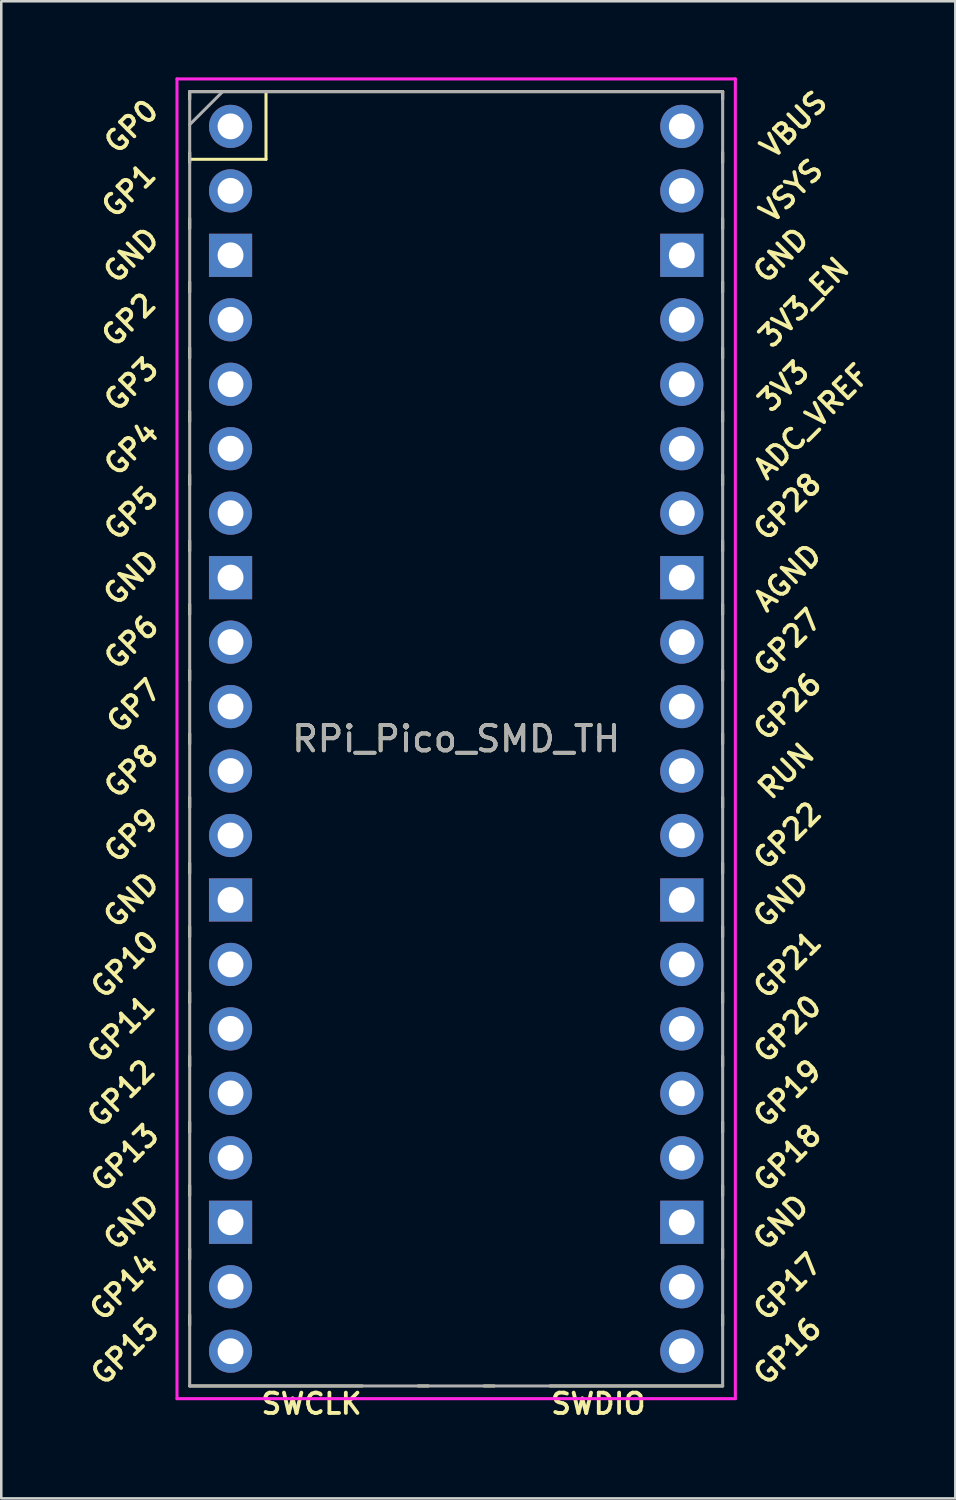
<source format=kicad_pcb>
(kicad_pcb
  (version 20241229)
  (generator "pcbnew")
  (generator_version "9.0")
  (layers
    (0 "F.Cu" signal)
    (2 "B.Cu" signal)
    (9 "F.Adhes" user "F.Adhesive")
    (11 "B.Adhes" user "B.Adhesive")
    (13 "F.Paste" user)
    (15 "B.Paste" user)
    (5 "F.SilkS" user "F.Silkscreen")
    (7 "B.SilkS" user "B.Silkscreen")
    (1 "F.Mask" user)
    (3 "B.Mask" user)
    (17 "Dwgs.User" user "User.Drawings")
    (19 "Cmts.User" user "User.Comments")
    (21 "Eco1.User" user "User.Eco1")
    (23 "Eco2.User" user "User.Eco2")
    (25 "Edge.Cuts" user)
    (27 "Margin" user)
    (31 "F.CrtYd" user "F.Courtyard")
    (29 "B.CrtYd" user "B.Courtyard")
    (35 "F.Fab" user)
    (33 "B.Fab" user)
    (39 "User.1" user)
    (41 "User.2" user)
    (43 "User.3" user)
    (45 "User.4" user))
  (footprint "RPi_Pico_SMD_TH"
    (layer "F.Cu")
    (at 14.924 26.06)
    (property "Reference" "RPi_Pico_SMD_TH" (at 0 0 0) (layer "F.SilkS") (effects (font (size 1 1) (thickness 0.15))))
    (attr through_hole)
    (fp_line (start -10.5 -25.5) (end -10.5 -25.2) (stroke (width 0.12) (type solid)) (layer "F.SilkS"))
    (fp_line (start -10.5 -25.5) (end 10.5 -25.5) (stroke (width 0.12) (type solid)) (layer "F.SilkS"))
    (fp_line (start -10.5 -23.1) (end -10.5 -22.7) (stroke (width 0.12) (type solid)) (layer "F.SilkS"))
    (fp_line (start -10.5 -22.833) (end -7.493 -22.833) (stroke (width 0.12) (type solid)) (layer "F.SilkS"))
    (fp_line (start -10.5 -20.5) (end -10.5 -20.1) (stroke (width 0.12) (type solid)) (layer "F.SilkS"))
    (fp_line (start -10.5 -18) (end -10.5 -17.6) (stroke (width 0.12) (type solid)) (layer "F.SilkS"))
    (fp_line (start -10.5 -15.4) (end -10.5 -15) (stroke (width 0.12) (type solid)) (layer "F.SilkS"))
    (fp_line (start -10.5 -12.9) (end -10.5 -12.5) (stroke (width 0.12) (type solid)) (layer "F.SilkS"))
    (fp_line (start -10.5 -10.4) (end -10.5 -10) (stroke (width 0.12) (type solid)) (layer "F.SilkS"))
    (fp_line (start -10.5 -7.8) (end -10.5 -7.4) (stroke (width 0.12) (type solid)) (layer "F.SilkS"))
    (fp_line (start -10.5 -5.3) (end -10.5 -4.9) (stroke (width 0.12) (type solid)) (layer "F.SilkS"))
    (fp_line (start -10.5 -2.7) (end -10.5 -2.3) (stroke (width 0.12) (type solid)) (layer "F.SilkS"))
    (fp_line (start -10.5 -0.2) (end -10.5 0.2) (stroke (width 0.12) (type solid)) (layer "F.SilkS"))
    (fp_line (start -10.5 2.3) (end -10.5 2.7) (stroke (width 0.12) (type solid)) (layer "F.SilkS"))
    (fp_line (start -10.5 4.9) (end -10.5 5.3) (stroke (width 0.12) (type solid)) (layer "F.SilkS"))
    (fp_line (start -10.5 7.4) (end -10.5 7.8) (stroke (width 0.12) (type solid)) (layer "F.SilkS"))
    (fp_line (start -10.5 10) (end -10.5 10.4) (stroke (width 0.12) (type solid)) (layer "F.SilkS"))
    (fp_line (start -10.5 12.5) (end -10.5 12.9) (stroke (width 0.12) (type solid)) (layer "F.SilkS"))
    (fp_line (start -10.5 15.1) (end -10.5 15.5) (stroke (width 0.12) (type solid)) (layer "F.SilkS"))
    (fp_line (start -10.5 17.6) (end -10.5 18) (stroke (width 0.12) (type solid)) (layer "F.SilkS"))
    (fp_line (start -10.5 20.1) (end -10.5 20.5) (stroke (width 0.12) (type solid)) (layer "F.SilkS"))
    (fp_line (start -10.5 22.7) (end -10.5 23.1) (stroke (width 0.12) (type solid)) (layer "F.SilkS"))
    (fp_line (start -7.493 -22.833) (end -7.493 -25.5) (stroke (width 0.12) (type solid)) (layer "F.SilkS"))
    (fp_line (start -3.7 25.5) (end -10.5 25.5) (stroke (width 0.12) (type solid)) (layer "F.SilkS"))
    (fp_line (start -1.5 25.5) (end -1.1 25.5) (stroke (width 0.12) (type solid)) (layer "F.SilkS"))
    (fp_line (start 1.1 25.5) (end 1.5 25.5) (stroke (width 0.12) (type solid)) (layer "F.SilkS"))
    (fp_line (start 10.5 -25.5) (end 10.5 -25.2) (stroke (width 0.12) (type solid)) (layer "F.SilkS"))
    (fp_line (start 10.5 -23.1) (end 10.5 -22.7) (stroke (width 0.12) (type solid)) (layer "F.SilkS"))
    (fp_line (start 10.5 -20.5) (end 10.5 -20.1) (stroke (width 0.12) (type solid)) (layer "F.SilkS"))
    (fp_line (start 10.5 -18) (end 10.5 -17.6) (stroke (width 0.12) (type solid)) (layer "F.SilkS"))
    (fp_line (start 10.5 -15.4) (end 10.5 -15) (stroke (width 0.12) (type solid)) (layer "F.SilkS"))
    (fp_line (start 10.5 -12.9) (end 10.5 -12.5) (stroke (width 0.12) (type solid)) (layer "F.SilkS"))
    (fp_line (start 10.5 -10.4) (end 10.5 -10) (stroke (width 0.12) (type solid)) (layer "F.SilkS"))
    (fp_line (start 10.5 -7.8) (end 10.5 -7.4) (stroke (width 0.12) (type solid)) (layer "F.SilkS"))
    (fp_line (start 10.5 -5.3) (end 10.5 -4.9) (stroke (width 0.12) (type solid)) (layer "F.SilkS"))
    (fp_line (start 10.5 -2.7) (end 10.5 -2.3) (stroke (width 0.12) (type solid)) (layer "F.SilkS"))
    (fp_line (start 10.5 -0.2) (end 10.5 0.2) (stroke (width 0.12) (type solid)) (layer "F.SilkS"))
    (fp_line (start 10.5 2.3) (end 10.5 2.7) (stroke (width 0.12) (type solid)) (layer "F.SilkS"))
    (fp_line (start 10.5 4.9) (end 10.5 5.3) (stroke (width 0.12) (type solid)) (layer "F.SilkS"))
    (fp_line (start 10.5 7.4) (end 10.5 7.8) (stroke (width 0.12) (type solid)) (layer "F.SilkS"))
    (fp_line (start 10.5 10) (end 10.5 10.4) (stroke (width 0.12) (type solid)) (layer "F.SilkS"))
    (fp_line (start 10.5 12.5) (end 10.5 12.9) (stroke (width 0.12) (type solid)) (layer "F.SilkS"))
    (fp_line (start 10.5 15.1) (end 10.5 15.5) (stroke (width 0.12) (type solid)) (layer "F.SilkS"))
    (fp_line (start 10.5 17.6) (end 10.5 18) (stroke (width 0.12) (type solid)) (layer "F.SilkS"))
    (fp_line (start 10.5 20.1) (end 10.5 20.5) (stroke (width 0.12) (type solid)) (layer "F.SilkS"))
    (fp_line (start 10.5 22.7) (end 10.5 23.1) (stroke (width 0.12) (type solid)) (layer "F.SilkS"))
    (fp_line (start 10.5 25.5) (end 3.7 25.5) (stroke (width 0.12) (type solid)) (layer "F.SilkS"))
    (fp_line (start -11 -26) (end 11 -26) (stroke (width 0.12) (type solid)) (layer "F.CrtYd"))
    (fp_line (start -11 26) (end -11 -26) (stroke (width 0.12) (type solid)) (layer "F.CrtYd"))
    (fp_line (start 11 -26) (end 11 26) (stroke (width 0.12) (type solid)) (layer "F.CrtYd"))
    (fp_line (start 11 26) (end -11 26) (stroke (width 0.12) (type solid)) (layer "F.CrtYd"))
    (fp_line (start -10.5 -25.5) (end 10.5 -25.5) (stroke (width 0.12) (type solid)) (layer "F.Fab"))
    (fp_line (start -10.5 -24.2) (end -9.2 -25.5) (stroke (width 0.12) (type solid)) (layer "F.Fab"))
    (fp_line (start -10.5 25.5) (end -10.5 -25.5) (stroke (width 0.12) (type solid)) (layer "F.Fab"))
    (fp_line (start 10.5 -25.5) (end 10.5 25.5) (stroke (width 0.12) (type solid)) (layer "F.Fab"))
    (fp_line (start 10.5 25.5) (end -10.5 25.5) (stroke (width 0.12) (type solid)) (layer "F.Fab"))
    (fp_text user "GP28" (at 13.054 -9.144 45) (layer "F.SilkS") (effects (font (size 0.8 0.8) (thickness 0.15))))
    (fp_text user "GP3" (at -12.8 -13.97 45) (layer "F.SilkS") (effects (font (size 0.8 0.8) (thickness 0.15))))
    (fp_text user "GP15" (at -13.054 24.13 45) (layer "F.SilkS") (effects (font (size 0.8 0.8) (thickness 0.15))))
    (fp_text user "GP12" (at -13.2 13.97 45) (layer "F.SilkS") (effects (font (size 0.8 0.8) (thickness 0.15))))
    (fp_text user "SWDIO" (at 5.6 26.2 0) (layer "F.SilkS") (effects (font (size 0.8 0.8) (thickness 0.15))))
    (fp_text user "GP19" (at 13.054 13.97 45) (layer "F.SilkS") (effects (font (size 0.8 0.8) (thickness 0.15))))
    (fp_text user "GP1" (at -12.9 -21.6 45) (layer "F.SilkS") (effects (font (size 0.8 0.8) (thickness 0.15))))
    (fp_text user "GP13" (at -13.054 16.51 45) (layer "F.SilkS") (effects (font (size 0.8 0.8) (thickness 0.15))))
    (fp_text user "VBUS" (at 13.3 -24.2 45) (layer "F.SilkS") (effects (font (size 0.8 0.8) (thickness 0.15))))
    (fp_text user "GP22" (at 13.054 3.81 45) (layer "F.SilkS") (effects (font (size 0.8 0.8) (thickness 0.15))))
    (fp_text user "RUN" (at 13 1.27 45) (layer "F.SilkS") (effects (font (size 0.8 0.8) (thickness 0.15))))
    (fp_text user "GP6" (at -12.8 -3.81 45) (layer "F.SilkS") (effects (font (size 0.8 0.8) (thickness 0.15))))
    (fp_text user "GP0" (at -12.8 -24.13 45) (layer "F.SilkS") (effects (font (size 0.8 0.8) (thickness 0.15))))
    (fp_text user "GP7" (at -12.7 -1.3 45) (layer "F.SilkS") (effects (font (size 0.8 0.8) (thickness 0.15))))
    (fp_text user "GP10" (at -13.054 8.89 45) (layer "F.SilkS") (effects (font (size 0.8 0.8) (thickness 0.15))))
    (fp_text user "VSYS" (at 13.2 -21.59 45) (layer "F.SilkS") (effects (font (size 0.8 0.8) (thickness 0.15))))
    (fp_text user "GND" (at -12.8 -6.35 45) (layer "F.SilkS") (effects (font (size 0.8 0.8) (thickness 0.15))))
    (fp_text user "GP18" (at 13.054 16.51 45) (layer "F.SilkS") (effects (font (size 0.8 0.8) (thickness 0.15))))
    (fp_text user "3V3" (at 12.9 -13.9 45) (layer "F.SilkS") (effects (font (size 0.8 0.8) (thickness 0.15))))
    (fp_text user "GND" (at -12.8 6.35 45) (layer "F.SilkS") (effects (font (size 0.8 0.8) (thickness 0.15))))
    (fp_text user "GP4" (at -12.8 -11.43 45) (layer "F.SilkS") (effects (font (size 0.8 0.8) (thickness 0.15))))
    (fp_text user "GP17" (at 13.054 21.59 45) (layer "F.SilkS") (effects (font (size 0.8 0.8) (thickness 0.15))))
    (fp_text user "GND" (at 12.8 6.35 45) (layer "F.SilkS") (effects (font (size 0.8 0.8) (thickness 0.15))))
    (fp_text user "AGND" (at 13.054 -6.35 45) (layer "F.SilkS") (effects (font (size 0.8 0.8) (thickness 0.15))))
    (fp_text user "GND" (at 12.8 19.05 45) (layer "F.SilkS") (effects (font (size 0.8 0.8) (thickness 0.15))))
    (fp_text user "GND" (at 12.8 -19.05 45) (layer "F.SilkS") (effects (font (size 0.8 0.8) (thickness 0.15))))
    (fp_text user "GP8" (at -12.8 1.27 45) (layer "F.SilkS") (effects (font (size 0.8 0.8) (thickness 0.15))))
    (fp_text user "GP27" (at 13.054 -3.8 45) (layer "F.SilkS") (effects (font (size 0.8 0.8) (thickness 0.15))))
    (fp_text user "3V3_EN" (at 13.7 -17.2 45) (layer "F.SilkS") (effects (font (size 0.8 0.8) (thickness 0.15))))
    (fp_text user "GND" (at -12.8 19.05 45) (layer "F.SilkS") (effects (font (size 0.8 0.8) (thickness 0.15))))
    (fp_text user "GP20" (at 13.054 11.43 45) (layer "F.SilkS") (effects (font (size 0.8 0.8) (thickness 0.15))))
    (fp_text user "GP14" (at -13.1 21.59 45) (layer "F.SilkS") (effects (font (size 0.8 0.8) (thickness 0.15))))
    (fp_text user "GP26" (at 13.054 -1.27 45) (layer "F.SilkS") (effects (font (size 0.8 0.8) (thickness 0.15))))
    (fp_text user "GND" (at -12.8 -19.05 45) (layer "F.SilkS") (effects (font (size 0.8 0.8) (thickness 0.15))))
    (fp_text user "GP2" (at -12.9 -16.51 45) (layer "F.SilkS") (effects (font (size 0.8 0.8) (thickness 0.15))))
    (fp_text user "ADC_VREF" (at 14 -12.5 45) (layer "F.SilkS") (effects (font (size 0.8 0.8) (thickness 0.15))))
    (fp_text user "GP21" (at 13.054 8.9 45) (layer "F.SilkS") (effects (font (size 0.8 0.8) (thickness 0.15))))
    (fp_text user "GP5" (at -12.8 -8.89 45) (layer "F.SilkS") (effects (font (size 0.8 0.8) (thickness 0.15))))
    (fp_text user "GP9" (at -12.8 3.81 45) (layer "F.SilkS") (effects (font (size 0.8 0.8) (thickness 0.15))))
    (fp_text user "GP16" (at 13.054 24.13 45) (layer "F.SilkS") (effects (font (size 0.8 0.8) (thickness 0.15))))
    (fp_text user "GP11" (at -13.2 11.43 45) (layer "F.SilkS") (effects (font (size 0.8 0.8) (thickness 0.15))))
    (fp_text user "SWCLK" (at -5.7 26.2 0) (layer "F.SilkS") (effects (font (size 0.8 0.8) (thickness 0.15))))
    (fp_text user "${REFERENCE}" (at 0 0 180) (layer "F.Fab") (effects (font (size 1 1) (thickness 0.15))))
    (pad "1" thru_hole oval (at -8.89 -24.13) (size 1.7 1.7) (drill 1.02) (layers "*.Cu" "*.Mask"))
    (pad "2" thru_hole oval (at -8.89 -21.59) (size 1.7 1.7) (drill 1.02) (layers "*.Cu" "*.Mask"))
    (pad "3" thru_hole rect (at -8.89 -19.05) (size 1.7 1.7) (drill 1.02) (layers "*.Cu" "*.Mask"))
    (pad "4" thru_hole oval (at -8.89 -16.51) (size 1.7 1.7) (drill 1.02) (layers "*.Cu" "*.Mask"))
    (pad "5" thru_hole oval (at -8.89 -13.97) (size 1.7 1.7) (drill 1.02) (layers "*.Cu" "*.Mask"))
    (pad "6" thru_hole oval (at -8.89 -11.43) (size 1.7 1.7) (drill 1.02) (layers "*.Cu" "*.Mask"))
    (pad "7" thru_hole oval (at -8.89 -8.89) (size 1.7 1.7) (drill 1.02) (layers "*.Cu" "*.Mask"))
    (pad "8" thru_hole rect (at -8.89 -6.35) (size 1.7 1.7) (drill 1.02) (layers "*.Cu" "*.Mask"))
    (pad "9" thru_hole oval (at -8.89 -3.81) (size 1.7 1.7) (drill 1.02) (layers "*.Cu" "*.Mask"))
    (pad "10" thru_hole oval (at -8.89 -1.27) (size 1.7 1.7) (drill 1.02) (layers "*.Cu" "*.Mask"))
    (pad "11" thru_hole oval (at -8.89 1.27) (size 1.7 1.7) (drill 1.02) (layers "*.Cu" "*.Mask"))
    (pad "12" thru_hole oval (at -8.89 3.81) (size 1.7 1.7) (drill 1.02) (layers "*.Cu" "*.Mask"))
    (pad "13" thru_hole rect (at -8.89 6.35) (size 1.7 1.7) (drill 1.02) (layers "*.Cu" "*.Mask"))
    (pad "14" thru_hole oval (at -8.89 8.89) (size 1.7 1.7) (drill 1.02) (layers "*.Cu" "*.Mask"))
    (pad "15" thru_hole oval (at -8.89 11.43) (size 1.7 1.7) (drill 1.02) (layers "*.Cu" "*.Mask"))
    (pad "16" thru_hole oval (at -8.89 13.97) (size 1.7 1.7) (drill 1.02) (layers "*.Cu" "*.Mask"))
    (pad "17" thru_hole oval (at -8.89 16.51) (size 1.7 1.7) (drill 1.02) (layers "*.Cu" "*.Mask"))
    (pad "18" thru_hole rect (at -8.89 19.05) (size 1.7 1.7) (drill 1.02) (layers "*.Cu" "*.Mask"))
    (pad "19" thru_hole oval (at -8.89 21.59) (size 1.7 1.7) (drill 1.02) (layers "*.Cu" "*.Mask"))
    (pad "20" thru_hole oval (at -8.89 24.13) (size 1.7 1.7) (drill 1.02) (layers "*.Cu" "*.Mask"))
    (pad "21" thru_hole oval (at 8.89 24.13) (size 1.7 1.7) (drill 1.02) (layers "*.Cu" "*.Mask"))
    (pad "22" thru_hole oval (at 8.89 21.59) (size 1.7 1.7) (drill 1.02) (layers "*.Cu" "*.Mask"))
    (pad "23" thru_hole rect (at 8.89 19.05) (size 1.7 1.7) (drill 1.02) (layers "*.Cu" "*.Mask"))
    (pad "24" thru_hole oval (at 8.89 16.51) (size 1.7 1.7) (drill 1.02) (layers "*.Cu" "*.Mask"))
    (pad "25" thru_hole oval (at 8.89 13.97) (size 1.7 1.7) (drill 1.02) (layers "*.Cu" "*.Mask"))
    (pad "26" thru_hole oval (at 8.89 11.43) (size 1.7 1.7) (drill 1.02) (layers "*.Cu" "*.Mask"))
    (pad "27" thru_hole oval (at 8.89 8.89) (size 1.7 1.7) (drill 1.02) (layers "*.Cu" "*.Mask"))
    (pad "28" thru_hole rect (at 8.89 6.35) (size 1.7 1.7) (drill 1.02) (layers "*.Cu" "*.Mask"))
    (pad "29" thru_hole oval (at 8.89 3.81) (size 1.7 1.7) (drill 1.02) (layers "*.Cu" "*.Mask"))
    (pad "30" thru_hole oval (at 8.89 1.27) (size 1.7 1.7) (drill 1.02) (layers "*.Cu" "*.Mask"))
    (pad "31" thru_hole oval (at 8.89 -1.27) (size 1.7 1.7) (drill 1.02) (layers "*.Cu" "*.Mask"))
    (pad "32" thru_hole oval (at 8.89 -3.81) (size 1.7 1.7) (drill 1.02) (layers "*.Cu" "*.Mask"))
    (pad "33" thru_hole rect (at 8.89 -6.35) (size 1.7 1.7) (drill 1.02) (layers "*.Cu" "*.Mask"))
    (pad "34" thru_hole oval (at 8.89 -8.89) (size 1.7 1.7) (drill 1.02) (layers "*.Cu" "*.Mask"))
    (pad "35" thru_hole oval (at 8.89 -11.43) (size 1.7 1.7) (drill 1.02) (layers "*.Cu" "*.Mask"))
    (pad "36" thru_hole oval (at 8.89 -13.97) (size 1.7 1.7) (drill 1.02) (layers "*.Cu" "*.Mask"))
    (pad "37" thru_hole oval (at 8.89 -16.51) (size 1.7 1.7) (drill 1.02) (layers "*.Cu" "*.Mask"))
    (pad "38" thru_hole rect (at 8.89 -19.05) (size 1.7 1.7) (drill 1.02) (layers "*.Cu" "*.Mask"))
    (pad "39" thru_hole oval (at 8.89 -21.59) (size 1.7 1.7) (drill 1.02) (layers "*.Cu" "*.Mask"))
    (pad "40" thru_hole oval (at 8.89 -24.13) (size 1.7 1.7) (drill 1.02) (layers "*.Cu" "*.Mask")))
  (gr_rect
    (start -3 -3)
    (end 34.591 55.991)
    (stroke (width 0.1) (type default))
    (fill no)
    (layer "Edge.Cuts")))
</source>
